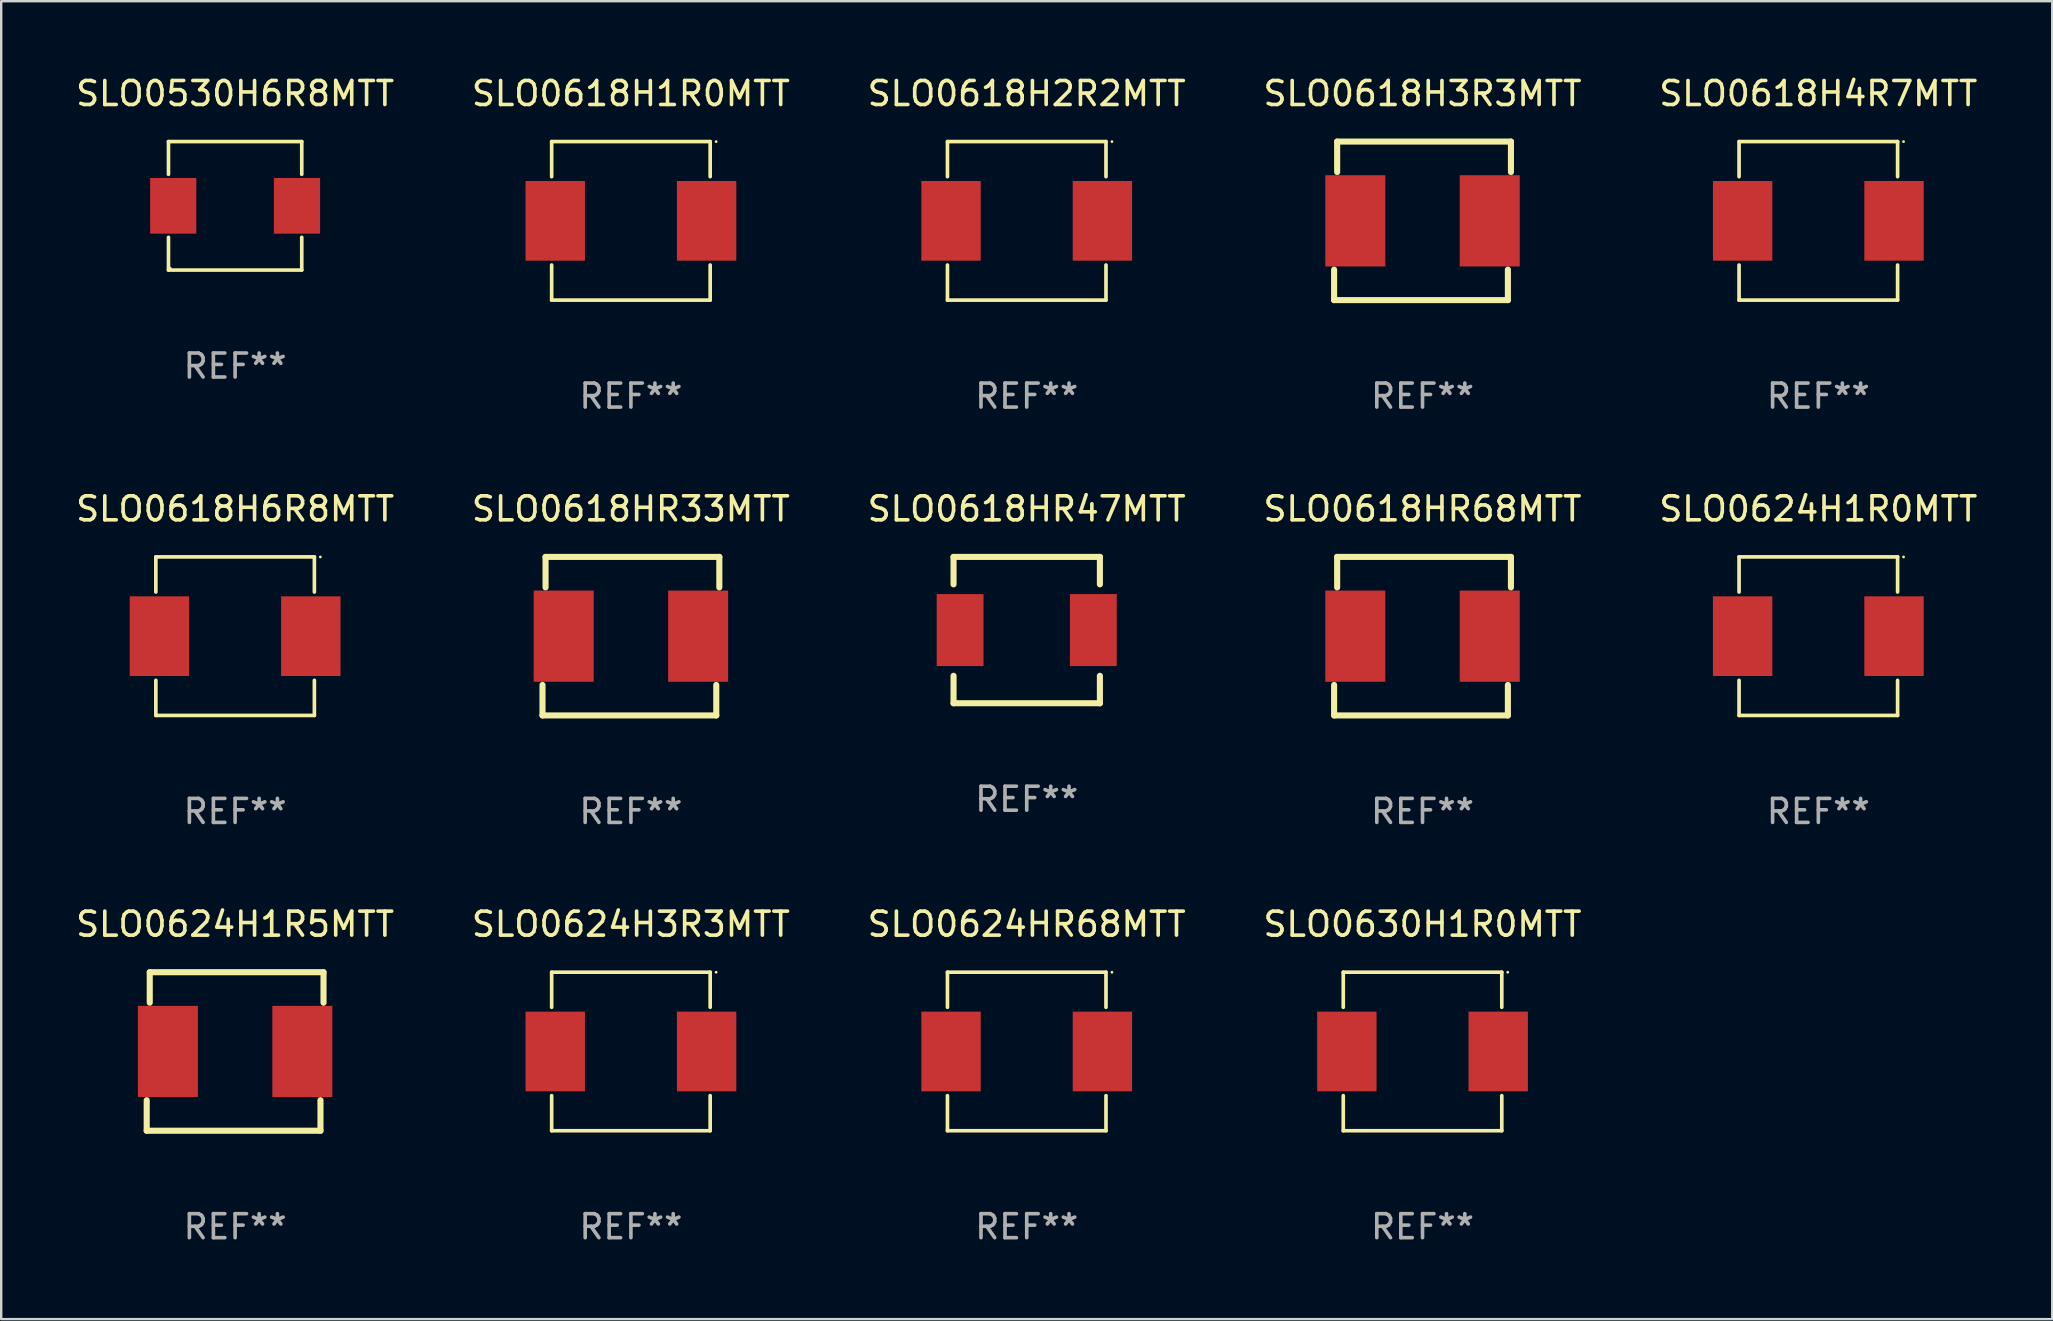
<source format=kicad_pcb>
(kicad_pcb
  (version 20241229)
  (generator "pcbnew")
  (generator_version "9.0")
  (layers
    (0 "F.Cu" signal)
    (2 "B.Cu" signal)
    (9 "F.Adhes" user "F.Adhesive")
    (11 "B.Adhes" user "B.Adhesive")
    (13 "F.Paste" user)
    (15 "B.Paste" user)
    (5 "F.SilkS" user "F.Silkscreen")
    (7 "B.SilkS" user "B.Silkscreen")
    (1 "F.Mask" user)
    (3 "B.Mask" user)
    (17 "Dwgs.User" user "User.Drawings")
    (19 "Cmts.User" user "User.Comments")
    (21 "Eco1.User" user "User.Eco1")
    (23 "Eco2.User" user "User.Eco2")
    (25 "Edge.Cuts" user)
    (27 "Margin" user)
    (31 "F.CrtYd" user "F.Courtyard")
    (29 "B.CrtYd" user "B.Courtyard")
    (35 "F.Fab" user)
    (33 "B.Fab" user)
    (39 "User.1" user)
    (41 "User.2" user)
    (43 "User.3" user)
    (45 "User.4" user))
  (footprint "SLO0618H2R2MTT"
    (layer "F.Cu")
    (at 39.72 6.15)
    (property "Reference" "SLO0618H2R2MTT" (at 0 -5.302 0) (layer "F.SilkS") (effects (font (size 1 1) (thickness 0.15))))
    (attr through_hole)
    (fp_line (start -3.302 -3.302) (end -3.302 -1.84) (stroke (width 0.152) (type solid)) (layer "F.SilkS"))
    (fp_line (start -3.302 1.84) (end -3.302 3.302) (stroke (width 0.152) (type solid)) (layer "F.SilkS"))
    (fp_line (start -3.302 3.302) (end 3.302 3.302) (stroke (width 0.152) (type solid)) (layer "F.SilkS"))
    (fp_line (start 3.302 -3.302) (end -3.302 -3.302) (stroke (width 0.152) (type solid)) (layer "F.SilkS"))
    (fp_line (start 3.302 -1.84) (end 3.302 -3.302) (stroke (width 0.152) (type solid)) (layer "F.SilkS"))
    (fp_line (start 3.302 3.302) (end 3.302 1.84) (stroke (width 0.152) (type solid)) (layer "F.SilkS"))
    (fp_circle (center 3.55 -3.3) (end 3.58 -3.3) (stroke (width 0.06) (type solid)) (fill no) (layer "F.SilkS"))
    (fp_text user "REF**" (at 0 7.302 0) (layer "F.Fab") (effects (font (size 1 1) (thickness 0.15))))
    (pad "1" smd rect (at 3.153 0) (size 2.474 3.32) (layers "F.Cu" "F.Mask" "F.Paste"))
    (pad "2" smd rect (at -3.153 0) (size 2.474 3.32) (layers "F.Cu" "F.Mask" "F.Paste")))
  (footprint "SLO0624H1R5MTT"
    (layer "F.Cu")
    (at 6.744 40.751)
    (property "Reference" "SLO0624H1R5MTT" (at 0 -5.302 0) (layer "F.SilkS") (effects (font (size 1 1) (thickness 0.15))))
    (attr through_hole)
    (fp_line (start -3.683 3.302) (end -3.683 2.032) (stroke (width 0.254) (type solid)) (layer "F.SilkS"))
    (fp_line (start -3.556 -3.302) (end 3.683 -3.302) (stroke (width 0.254) (type solid)) (layer "F.SilkS"))
    (fp_line (start -3.556 -2.032) (end -3.556 -3.302) (stroke (width 0.254) (type solid)) (layer "F.SilkS"))
    (fp_line (start 3.556 2.032) (end 3.556 3.302) (stroke (width 0.254) (type solid)) (layer "F.SilkS"))
    (fp_line (start 3.556 3.302) (end -3.683 3.302) (stroke (width 0.254) (type solid)) (layer "F.SilkS"))
    (fp_line (start 3.683 -3.302) (end 3.683 -2.032) (stroke (width 0.254) (type solid)) (layer "F.SilkS"))
    (fp_circle (center -3.55 3.3) (end -3.52 3.3) (stroke (width 0.06) (type solid)) (fill no) (layer "F.SilkS"))
    (fp_text user "REF**" (at 0 7.302 0) (layer "F.Fab") (effects (font (size 1 1) (thickness 0.15))))
    (pad "1" smd rect (at -2.8 0) (size 2.5 3.8) (layers "F.Cu" "F.Mask" "F.Paste"))
    (pad "2" smd rect (at 2.8 0) (size 2.5 3.8) (layers "F.Cu" "F.Mask" "F.Paste")))
  (footprint "SLO0618H3R3MTT"
    (layer "F.Cu")
    (at 56.208 6.15)
    (property "Reference" "SLO0618H3R3MTT" (at 0 -5.302 0) (layer "F.SilkS") (effects (font (size 1 1) (thickness 0.15))))
    (attr through_hole)
    (fp_line (start -3.683 3.302) (end -3.683 2.032) (stroke (width 0.254) (type solid)) (layer "F.SilkS"))
    (fp_line (start -3.556 -3.302) (end 3.683 -3.302) (stroke (width 0.254) (type solid)) (layer "F.SilkS"))
    (fp_line (start -3.556 -2.032) (end -3.556 -3.302) (stroke (width 0.254) (type solid)) (layer "F.SilkS"))
    (fp_line (start 3.556 2.032) (end 3.556 3.302) (stroke (width 0.254) (type solid)) (layer "F.SilkS"))
    (fp_line (start 3.556 3.302) (end -3.683 3.302) (stroke (width 0.254) (type solid)) (layer "F.SilkS"))
    (fp_line (start 3.683 -3.302) (end 3.683 -2.032) (stroke (width 0.254) (type solid)) (layer "F.SilkS"))
    (fp_circle (center -3.55 3.3) (end -3.52 3.3) (stroke (width 0.06) (type solid)) (fill no) (layer "F.SilkS"))
    (fp_text user "REF**" (at 0 7.302 0) (layer "F.Fab") (effects (font (size 1 1) (thickness 0.15))))
    (pad "1" smd rect (at -2.8 0) (size 2.5 3.8) (layers "F.Cu" "F.Mask" "F.Paste"))
    (pad "2" smd rect (at 2.8 0) (size 2.5 3.8) (layers "F.Cu" "F.Mask" "F.Paste")))
  (footprint "SLO0624HR68MTT"
    (layer "F.Cu")
    (at 39.72 40.751)
    (property "Reference" "SLO0624HR68MTT" (at 0 -5.302 0) (layer "F.SilkS") (effects (font (size 1 1) (thickness 0.15))))
    (attr through_hole)
    (fp_line (start -3.302 -3.302) (end -3.302 -1.84) (stroke (width 0.152) (type solid)) (layer "F.SilkS"))
    (fp_line (start -3.302 1.84) (end -3.302 3.302) (stroke (width 0.152) (type solid)) (layer "F.SilkS"))
    (fp_line (start -3.302 3.302) (end 3.302 3.302) (stroke (width 0.152) (type solid)) (layer "F.SilkS"))
    (fp_line (start 3.302 -3.302) (end -3.302 -3.302) (stroke (width 0.152) (type solid)) (layer "F.SilkS"))
    (fp_line (start 3.302 -1.84) (end 3.302 -3.302) (stroke (width 0.152) (type solid)) (layer "F.SilkS"))
    (fp_line (start 3.302 3.302) (end 3.302 1.84) (stroke (width 0.152) (type solid)) (layer "F.SilkS"))
    (fp_circle (center 3.55 -3.3) (end 3.58 -3.3) (stroke (width 0.06) (type solid)) (fill no) (layer "F.SilkS"))
    (fp_text user "REF**" (at 0 7.302 0) (layer "F.Fab") (effects (font (size 1 1) (thickness 0.15))))
    (pad "1" smd rect (at 3.153 0) (size 2.474 3.32) (layers "F.Cu" "F.Mask" "F.Paste"))
    (pad "2" smd rect (at -3.153 0) (size 2.474 3.32) (layers "F.Cu" "F.Mask" "F.Paste")))
  (footprint "SLO0618HR33MTT"
    (layer "F.Cu")
    (at 23.232 23.451)
    (property "Reference" "SLO0618HR33MTT" (at 0 -5.302 0) (layer "F.SilkS") (effects (font (size 1 1) (thickness 0.15))))
    (attr through_hole)
    (fp_line (start -3.683 3.302) (end -3.683 2.032) (stroke (width 0.254) (type solid)) (layer "F.SilkS"))
    (fp_line (start -3.556 -3.302) (end 3.683 -3.302) (stroke (width 0.254) (type solid)) (layer "F.SilkS"))
    (fp_line (start -3.556 -2.032) (end -3.556 -3.302) (stroke (width 0.254) (type solid)) (layer "F.SilkS"))
    (fp_line (start 3.556 2.032) (end 3.556 3.302) (stroke (width 0.254) (type solid)) (layer "F.SilkS"))
    (fp_line (start 3.556 3.302) (end -3.683 3.302) (stroke (width 0.254) (type solid)) (layer "F.SilkS"))
    (fp_line (start 3.683 -3.302) (end 3.683 -2.032) (stroke (width 0.254) (type solid)) (layer "F.SilkS"))
    (fp_circle (center -3.55 3.3) (end -3.52 3.3) (stroke (width 0.06) (type solid)) (fill no) (layer "F.SilkS"))
    (fp_text user "REF**" (at 0 7.302 0) (layer "F.Fab") (effects (font (size 1 1) (thickness 0.15))))
    (pad "1" smd rect (at -2.8 0) (size 2.5 3.8) (layers "F.Cu" "F.Mask" "F.Paste"))
    (pad "2" smd rect (at 2.8 0) (size 2.5 3.8) (layers "F.Cu" "F.Mask" "F.Paste")))
  (footprint "SLO0618H1R0MTT"
    (layer "F.Cu")
    (at 23.232 6.15)
    (property "Reference" "SLO0618H1R0MTT" (at 0 -5.302 0) (layer "F.SilkS") (effects (font (size 1 1) (thickness 0.15))))
    (attr through_hole)
    (fp_line (start -3.302 -3.302) (end -3.302 -1.84) (stroke (width 0.152) (type solid)) (layer "F.SilkS"))
    (fp_line (start -3.302 1.84) (end -3.302 3.302) (stroke (width 0.152) (type solid)) (layer "F.SilkS"))
    (fp_line (start -3.302 3.302) (end 3.302 3.302) (stroke (width 0.152) (type solid)) (layer "F.SilkS"))
    (fp_line (start 3.302 -3.302) (end -3.302 -3.302) (stroke (width 0.152) (type solid)) (layer "F.SilkS"))
    (fp_line (start 3.302 -1.84) (end 3.302 -3.302) (stroke (width 0.152) (type solid)) (layer "F.SilkS"))
    (fp_line (start 3.302 3.302) (end 3.302 1.84) (stroke (width 0.152) (type solid)) (layer "F.SilkS"))
    (fp_circle (center 3.55 -3.3) (end 3.58 -3.3) (stroke (width 0.06) (type solid)) (fill no) (layer "F.SilkS"))
    (fp_text user "REF**" (at 0 7.302 0) (layer "F.Fab") (effects (font (size 1 1) (thickness 0.15))))
    (pad "1" smd rect (at 3.153 0) (size 2.474 3.32) (layers "F.Cu" "F.Mask" "F.Paste"))
    (pad "2" smd rect (at -3.153 0) (size 2.474 3.32) (layers "F.Cu" "F.Mask" "F.Paste")))
  (footprint "SLO0618HR68MTT"
    (layer "F.Cu")
    (at 56.208 23.451)
    (property "Reference" "SLO0618HR68MTT" (at 0 -5.302 0) (layer "F.SilkS") (effects (font (size 1 1) (thickness 0.15))))
    (attr through_hole)
    (fp_line (start -3.683 3.302) (end -3.683 2.032) (stroke (width 0.254) (type solid)) (layer "F.SilkS"))
    (fp_line (start -3.556 -3.302) (end 3.683 -3.302) (stroke (width 0.254) (type solid)) (layer "F.SilkS"))
    (fp_line (start -3.556 -2.032) (end -3.556 -3.302) (stroke (width 0.254) (type solid)) (layer "F.SilkS"))
    (fp_line (start 3.556 2.032) (end 3.556 3.302) (stroke (width 0.254) (type solid)) (layer "F.SilkS"))
    (fp_line (start 3.556 3.302) (end -3.683 3.302) (stroke (width 0.254) (type solid)) (layer "F.SilkS"))
    (fp_line (start 3.683 -3.302) (end 3.683 -2.032) (stroke (width 0.254) (type solid)) (layer "F.SilkS"))
    (fp_circle (center -3.55 3.3) (end -3.52 3.3) (stroke (width 0.06) (type solid)) (fill no) (layer "F.SilkS"))
    (fp_text user "REF**" (at 0 7.302 0) (layer "F.Fab") (effects (font (size 1 1) (thickness 0.15))))
    (pad "1" smd rect (at -2.8 0) (size 2.5 3.8) (layers "F.Cu" "F.Mask" "F.Paste"))
    (pad "2" smd rect (at 2.8 0) (size 2.5 3.8) (layers "F.Cu" "F.Mask" "F.Paste")))
  (footprint "SLO0624H1R0MTT"
    (layer "F.Cu")
    (at 72.696 23.451)
    (property "Reference" "SLO0624H1R0MTT" (at 0 -5.302 0) (layer "F.SilkS") (effects (font (size 1 1) (thickness 0.15))))
    (attr through_hole)
    (fp_line (start -3.302 -3.302) (end -3.302 -1.84) (stroke (width 0.152) (type solid)) (layer "F.SilkS"))
    (fp_line (start -3.302 1.84) (end -3.302 3.302) (stroke (width 0.152) (type solid)) (layer "F.SilkS"))
    (fp_line (start -3.302 3.302) (end 3.302 3.302) (stroke (width 0.152) (type solid)) (layer "F.SilkS"))
    (fp_line (start 3.302 -3.302) (end -3.302 -3.302) (stroke (width 0.152) (type solid)) (layer "F.SilkS"))
    (fp_line (start 3.302 -1.84) (end 3.302 -3.302) (stroke (width 0.152) (type solid)) (layer "F.SilkS"))
    (fp_line (start 3.302 3.302) (end 3.302 1.84) (stroke (width 0.152) (type solid)) (layer "F.SilkS"))
    (fp_circle (center 3.55 -3.3) (end 3.58 -3.3) (stroke (width 0.06) (type solid)) (fill no) (layer "F.SilkS"))
    (fp_text user "REF**" (at 0 7.302 0) (layer "F.Fab") (effects (font (size 1 1) (thickness 0.15))))
    (pad "1" smd rect (at 3.153 0) (size 2.474 3.32) (layers "F.Cu" "F.Mask" "F.Paste"))
    (pad "2" smd rect (at -3.153 0) (size 2.474 3.32) (layers "F.Cu" "F.Mask" "F.Paste")))
  (footprint "SLO0624H3R3MTT"
    (layer "F.Cu")
    (at 23.232 40.751)
    (property "Reference" "SLO0624H3R3MTT" (at 0 -5.302 0) (layer "F.SilkS") (effects (font (size 1 1) (thickness 0.15))))
    (attr through_hole)
    (fp_line (start -3.302 -3.302) (end -3.302 -1.84) (stroke (width 0.152) (type solid)) (layer "F.SilkS"))
    (fp_line (start -3.302 1.84) (end -3.302 3.302) (stroke (width 0.152) (type solid)) (layer "F.SilkS"))
    (fp_line (start -3.302 3.302) (end 3.302 3.302) (stroke (width 0.152) (type solid)) (layer "F.SilkS"))
    (fp_line (start 3.302 -3.302) (end -3.302 -3.302) (stroke (width 0.152) (type solid)) (layer "F.SilkS"))
    (fp_line (start 3.302 -1.84) (end 3.302 -3.302) (stroke (width 0.152) (type solid)) (layer "F.SilkS"))
    (fp_line (start 3.302 3.302) (end 3.302 1.84) (stroke (width 0.152) (type solid)) (layer "F.SilkS"))
    (fp_circle (center 3.55 -3.3) (end 3.58 -3.3) (stroke (width 0.06) (type solid)) (fill no) (layer "F.SilkS"))
    (fp_text user "REF**" (at 0 7.302 0) (layer "F.Fab") (effects (font (size 1 1) (thickness 0.15))))
    (pad "1" smd rect (at 3.153 0) (size 2.474 3.32) (layers "F.Cu" "F.Mask" "F.Paste"))
    (pad "2" smd rect (at -3.153 0) (size 2.474 3.32) (layers "F.Cu" "F.Mask" "F.Paste")))
  (footprint "SLO0530H6R8MTT"
    (layer "F.Cu")
    (at 6.744 5.524)
    (property "Reference" "SLO0530H6R8MTT" (at 0 -4.676 0) (layer "F.SilkS") (effects (font (size 1 1) (thickness 0.15))))
    (attr through_hole)
    (fp_line (start -2.776 -2.676) (end 2.776 -2.676) (stroke (width 0.152) (type solid)) (layer "F.SilkS"))
    (fp_line (start -2.776 -1.312) (end -2.776 -2.676) (stroke (width 0.152) (type solid)) (layer "F.SilkS"))
    (fp_line (start -2.776 1.312) (end -2.776 2.676) (stroke (width 0.152) (type solid)) (layer "F.SilkS"))
    (fp_line (start -2.776 2.676) (end 2.776 2.676) (stroke (width 0.152) (type solid)) (layer "F.SilkS"))
    (fp_line (start 2.776 -2.676) (end 2.776 -1.312) (stroke (width 0.152) (type solid)) (layer "F.SilkS"))
    (fp_line (start 2.776 2.676) (end 2.776 1.312) (stroke (width 0.152) (type solid)) (layer "F.SilkS"))
    (fp_circle (center -2.7 2.6) (end -2.67 2.6) (stroke (width 0.06) (type solid)) (fill no) (layer "F.SilkS"))
    (fp_text user "REF**" (at 0 6.676 0) (layer "F.Fab") (effects (font (size 1 1) (thickness 0.15))))
    (pad "1" smd rect (at 2.578 0) (size 1.924 2.32) (layers "F.Cu" "F.Mask" "F.Paste"))
    (pad "2" smd rect (at -2.578 0) (size 1.924 2.32) (layers "F.Cu" "F.Mask" "F.Paste")))
  (footprint "SLO0618H6R8MTT"
    (layer "F.Cu")
    (at 6.744 23.451)
    (property "Reference" "SLO0618H6R8MTT" (at 0 -5.302 0) (layer "F.SilkS") (effects (font (size 1 1) (thickness 0.15))))
    (attr through_hole)
    (fp_line (start -3.302 -3.302) (end -3.302 -1.84) (stroke (width 0.152) (type solid)) (layer "F.SilkS"))
    (fp_line (start -3.302 1.84) (end -3.302 3.302) (stroke (width 0.152) (type solid)) (layer "F.SilkS"))
    (fp_line (start -3.302 3.302) (end 3.302 3.302) (stroke (width 0.152) (type solid)) (layer "F.SilkS"))
    (fp_line (start 3.302 -3.302) (end -3.302 -3.302) (stroke (width 0.152) (type solid)) (layer "F.SilkS"))
    (fp_line (start 3.302 -1.84) (end 3.302 -3.302) (stroke (width 0.152) (type solid)) (layer "F.SilkS"))
    (fp_line (start 3.302 3.302) (end 3.302 1.84) (stroke (width 0.152) (type solid)) (layer "F.SilkS"))
    (fp_circle (center 3.55 -3.3) (end 3.58 -3.3) (stroke (width 0.06) (type solid)) (fill no) (layer "F.SilkS"))
    (fp_text user "REF**" (at 0 7.302 0) (layer "F.Fab") (effects (font (size 1 1) (thickness 0.15))))
    (pad "1" smd rect (at 3.153 0) (size 2.474 3.32) (layers "F.Cu" "F.Mask" "F.Paste"))
    (pad "2" smd rect (at -3.153 0) (size 2.474 3.32) (layers "F.Cu" "F.Mask" "F.Paste")))
  (footprint "SLO0630H1R0MTT"
    (layer "F.Cu")
    (at 56.208 40.751)
    (property "Reference" "SLO0630H1R0MTT" (at 0 -5.302 0) (layer "F.SilkS") (effects (font (size 1 1) (thickness 0.15))))
    (attr through_hole)
    (fp_line (start -3.302 -3.302) (end -3.302 -1.84) (stroke (width 0.152) (type solid)) (layer "F.SilkS"))
    (fp_line (start -3.302 1.84) (end -3.302 3.302) (stroke (width 0.152) (type solid)) (layer "F.SilkS"))
    (fp_line (start -3.302 3.302) (end 3.302 3.302) (stroke (width 0.152) (type solid)) (layer "F.SilkS"))
    (fp_line (start 3.302 -3.302) (end -3.302 -3.302) (stroke (width 0.152) (type solid)) (layer "F.SilkS"))
    (fp_line (start 3.302 -1.84) (end 3.302 -3.302) (stroke (width 0.152) (type solid)) (layer "F.SilkS"))
    (fp_line (start 3.302 3.302) (end 3.302 1.84) (stroke (width 0.152) (type solid)) (layer "F.SilkS"))
    (fp_circle (center 3.55 -3.3) (end 3.58 -3.3) (stroke (width 0.06) (type solid)) (fill no) (layer "F.SilkS"))
    (fp_text user "REF**" (at 0 7.302 0) (layer "F.Fab") (effects (font (size 1 1) (thickness 0.15))))
    (pad "1" smd rect (at 3.153 0) (size 2.474 3.32) (layers "F.Cu" "F.Mask" "F.Paste"))
    (pad "2" smd rect (at -3.153 0) (size 2.474 3.32) (layers "F.Cu" "F.Mask" "F.Paste")))
  (footprint "SLO0618HR47MTT"
    (layer "F.Cu")
    (at 39.72 23.197)
    (property "Reference" "SLO0618HR47MTT" (at 0 -5.048 0) (layer "F.SilkS") (effects (font (size 1 1) (thickness 0.15))))
    (attr through_hole)
    (fp_line (start -3.048 -3.048) (end 3.048 -3.048) (stroke (width 0.254) (type solid)) (layer "F.SilkS"))
    (fp_line (start -3.048 -1.905) (end -3.048 -3.048) (stroke (width 0.254) (type solid)) (layer "F.SilkS"))
    (fp_line (start -3.048 3.048) (end -3.048 1.905) (stroke (width 0.254) (type solid)) (layer "F.SilkS"))
    (fp_line (start 3.048 -3.048) (end 3.048 -1.905) (stroke (width 0.254) (type solid)) (layer "F.SilkS"))
    (fp_line (start 3.048 1.905) (end 3.048 3.048) (stroke (width 0.254) (type solid)) (layer "F.SilkS"))
    (fp_line (start 3.048 3.048) (end -3.048 3.048) (stroke (width 0.254) (type solid)) (layer "F.SilkS"))
    (fp_circle (center 3 -3) (end 3.03 -3) (stroke (width 0.06) (type solid)) (fill no) (layer "F.SilkS"))
    (fp_text user "REF**" (at 0 7.048 0) (layer "F.Fab") (effects (font (size 1 1) (thickness 0.15))))
    (pad "1" smd rect (at 2.775 0) (size 1.95 3) (layers "F.Cu" "F.Mask" "F.Paste"))
    (pad "2" smd rect (at -2.775 0) (size 1.95 3) (layers "F.Cu" "F.Mask" "F.Paste")))
  (footprint "SLO0618H4R7MTT"
    (layer "F.Cu")
    (at 72.696 6.15)
    (property "Reference" "SLO0618H4R7MTT" (at 0 -5.302 0) (layer "F.SilkS") (effects (font (size 1 1) (thickness 0.15))))
    (attr through_hole)
    (fp_line (start -3.302 -3.302) (end -3.302 -1.84) (stroke (width 0.152) (type solid)) (layer "F.SilkS"))
    (fp_line (start -3.302 1.84) (end -3.302 3.302) (stroke (width 0.152) (type solid)) (layer "F.SilkS"))
    (fp_line (start -3.302 3.302) (end 3.302 3.302) (stroke (width 0.152) (type solid)) (layer "F.SilkS"))
    (fp_line (start 3.302 -3.302) (end -3.302 -3.302) (stroke (width 0.152) (type solid)) (layer "F.SilkS"))
    (fp_line (start 3.302 -1.84) (end 3.302 -3.302) (stroke (width 0.152) (type solid)) (layer "F.SilkS"))
    (fp_line (start 3.302 3.302) (end 3.302 1.84) (stroke (width 0.152) (type solid)) (layer "F.SilkS"))
    (fp_circle (center 3.55 -3.3) (end 3.58 -3.3) (stroke (width 0.06) (type solid)) (fill no) (layer "F.SilkS"))
    (fp_text user "REF**" (at 0 7.302 0) (layer "F.Fab") (effects (font (size 1 1) (thickness 0.15))))
    (pad "1" smd rect (at 3.153 0) (size 2.474 3.32) (layers "F.Cu" "F.Mask" "F.Paste"))
    (pad "2" smd rect (at -3.153 0) (size 2.474 3.32) (layers "F.Cu" "F.Mask" "F.Paste")))
  (gr_rect
    (start -3 -3)
    (end 82.44 51.902)
    (stroke (width 0.1) (type default))
    (fill no)
    (layer "Edge.Cuts")))
</source>
